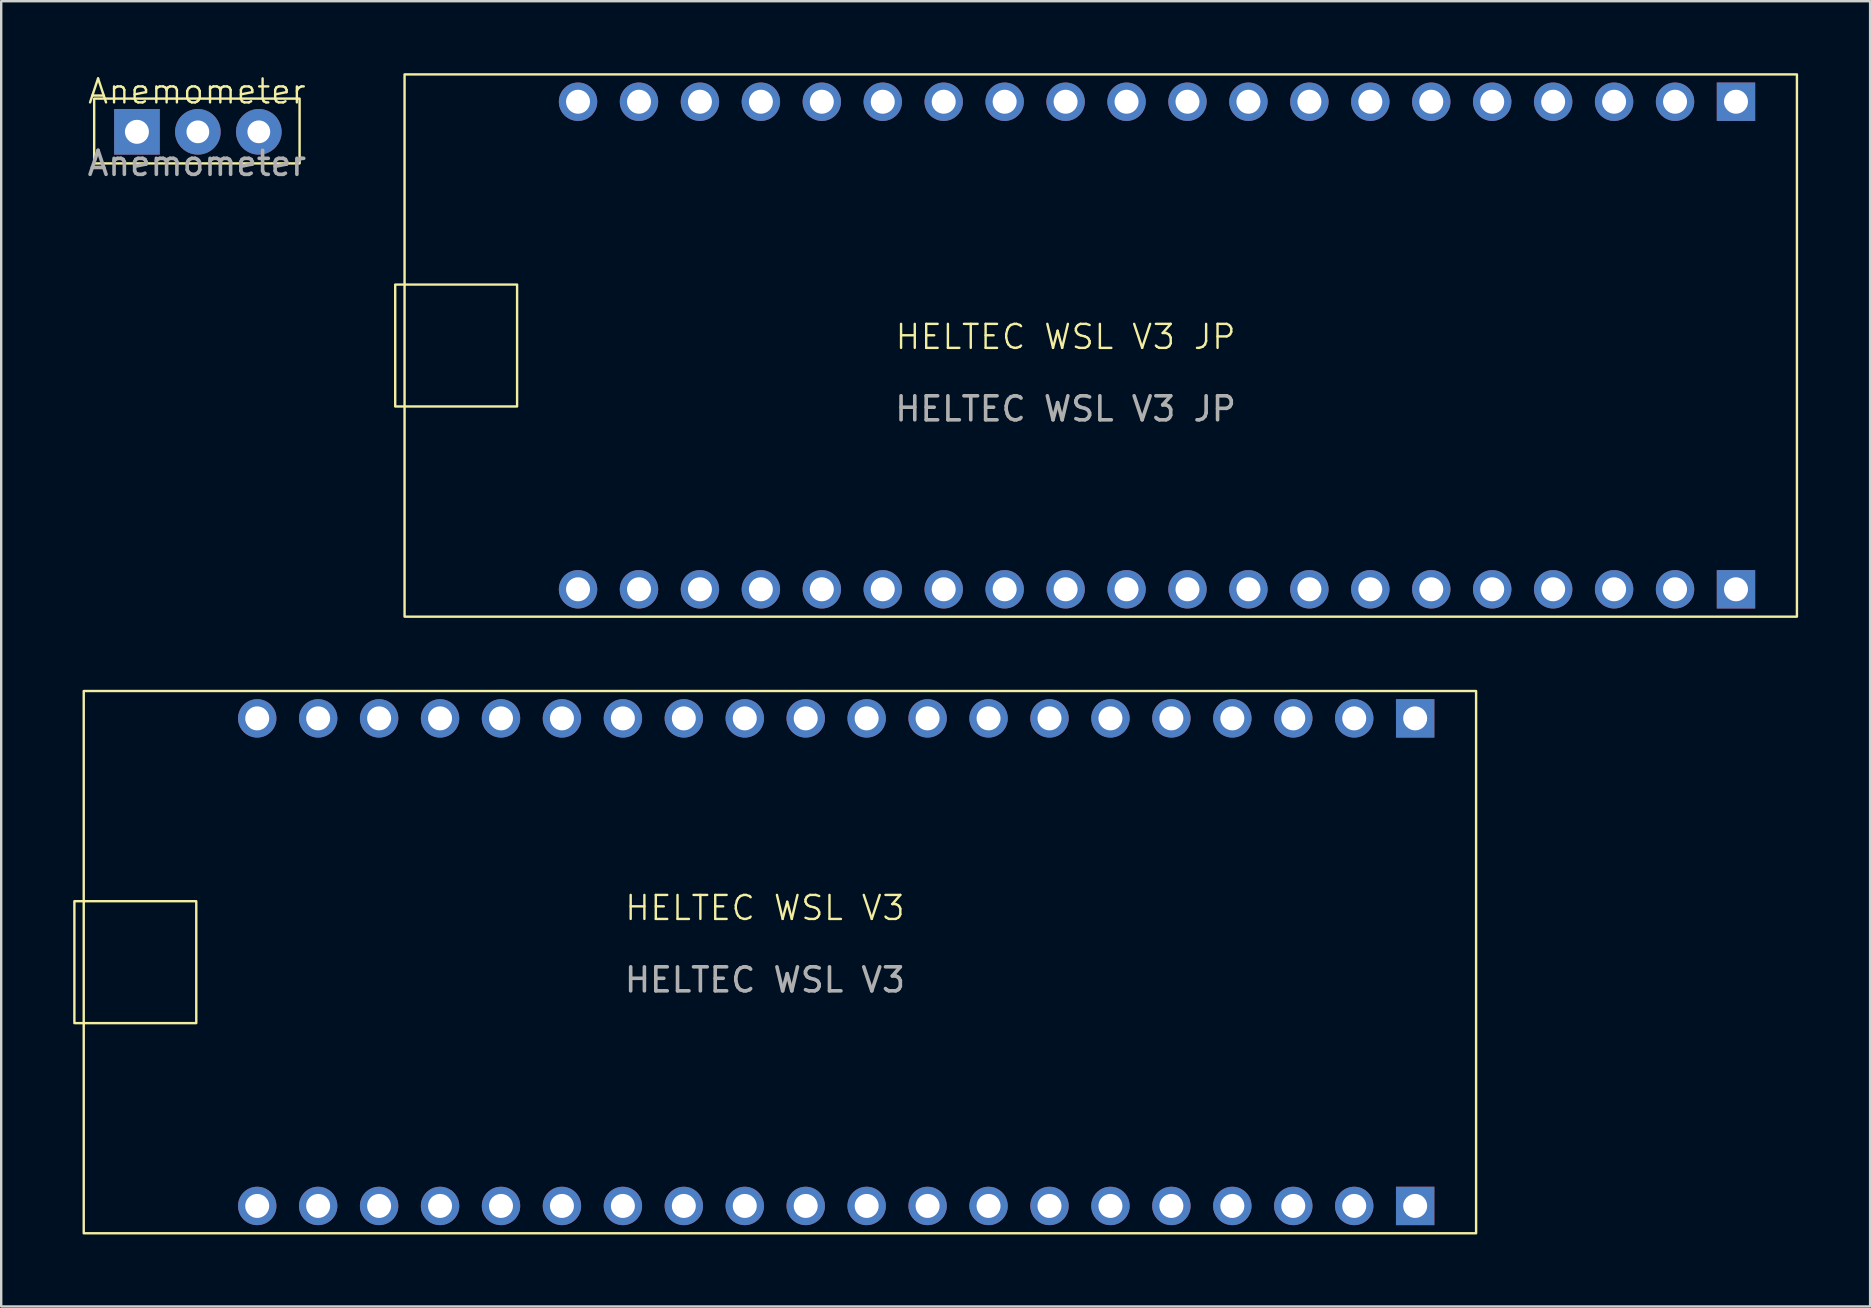
<source format=kicad_pcb>
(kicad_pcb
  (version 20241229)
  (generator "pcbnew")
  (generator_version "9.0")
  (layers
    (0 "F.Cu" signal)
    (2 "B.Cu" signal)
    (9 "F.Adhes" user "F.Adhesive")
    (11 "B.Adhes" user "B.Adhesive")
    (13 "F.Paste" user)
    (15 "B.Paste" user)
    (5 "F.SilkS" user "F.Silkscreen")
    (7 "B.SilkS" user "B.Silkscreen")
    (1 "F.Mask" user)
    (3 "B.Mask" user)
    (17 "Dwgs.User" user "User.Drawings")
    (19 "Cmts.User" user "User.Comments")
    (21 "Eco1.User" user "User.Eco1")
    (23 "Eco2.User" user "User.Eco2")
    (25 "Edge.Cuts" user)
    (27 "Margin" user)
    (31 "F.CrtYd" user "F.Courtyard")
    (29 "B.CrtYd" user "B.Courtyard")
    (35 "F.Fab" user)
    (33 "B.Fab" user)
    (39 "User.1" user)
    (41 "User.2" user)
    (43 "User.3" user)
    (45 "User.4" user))
  (footprint "HELTEC WSL V3"
    (layer "F.Cu")
    (at 27.99 37.05)
    (property "Reference" "HELTEC WSL V3" (at 0.84 -2.26 0) (unlocked yes) (layer "F.SilkS") (effects (font (size 1 1) (thickness 0.1))))
    (attr smd)
    (fp_rect (start -27.94 -2.54) (end -22.86 2.54) (stroke (width 0.1) (type default)) (fill no) (layer "F.SilkS"))
    (fp_rect (start -27.55 -11.3) (end 30.48 11.3) (stroke (width 0.1) (type default)) (fill no) (layer "F.SilkS"))
    (fp_text user "${REFERENCE}" (at 0.84 0.74 0) (unlocked yes) (layer "F.Fab") (effects (font (size 1 1) (thickness 0.15))))
    (pad "1" thru_hole rect (at 27.94 10.16) (size 1.6 1.6) (drill 1) (layers "*.Cu" "*.Mask"))
    (pad "2" thru_hole circle (at 25.4 10.16) (size 1.6 1.6) (drill 1) (layers "*.Cu" "*.Mask"))
    (pad "3" thru_hole circle (at 22.86 10.16) (size 1.6 1.6) (drill 1) (layers "*.Cu" "*.Mask"))
    (pad "4" thru_hole circle (at 20.32 10.16) (size 1.6 1.6) (drill 1) (layers "*.Cu" "*.Mask"))
    (pad "5" thru_hole circle (at 17.78 10.16) (size 1.6 1.6) (drill 1) (layers "*.Cu" "*.Mask"))
    (pad "6" thru_hole circle (at 15.24 10.16) (size 1.6 1.6) (drill 1) (layers "*.Cu" "*.Mask"))
    (pad "7" thru_hole circle (at 12.7 10.16) (size 1.6 1.6) (drill 1) (layers "*.Cu" "*.Mask"))
    (pad "8" thru_hole circle (at 10.16 10.16) (size 1.6 1.6) (drill 1) (layers "*.Cu" "*.Mask"))
    (pad "9" thru_hole circle (at 7.62 10.16) (size 1.6 1.6) (drill 1) (layers "*.Cu" "*.Mask"))
    (pad "10" thru_hole circle (at 5.08 10.16) (size 1.6 1.6) (drill 1) (layers "*.Cu" "*.Mask"))
    (pad "11" thru_hole circle (at 2.54 10.16) (size 1.6 1.6) (drill 1) (layers "*.Cu" "*.Mask"))
    (pad "12" thru_hole circle (at 0 10.16) (size 1.6 1.6) (drill 1) (layers "*.Cu" "*.Mask"))
    (pad "13" thru_hole circle (at -2.54 10.16) (size 1.6 1.6) (drill 1) (layers "*.Cu" "*.Mask"))
    (pad "14" thru_hole circle (at -5.08 10.16) (size 1.6 1.6) (drill 1) (layers "*.Cu" "*.Mask"))
    (pad "15" thru_hole circle (at -7.62 10.16) (size 1.6 1.6) (drill 1) (layers "*.Cu" "*.Mask"))
    (pad "16" thru_hole circle (at -10.16 10.16) (size 1.6 1.6) (drill 1) (layers "*.Cu" "*.Mask"))
    (pad "17" thru_hole circle (at -12.7 10.16) (size 1.6 1.6) (drill 1) (layers "*.Cu" "*.Mask"))
    (pad "18" thru_hole circle (at -15.24 10.16) (size 1.6 1.6) (drill 1) (layers "*.Cu" "*.Mask"))
    (pad "19" thru_hole circle (at -17.78 10.16) (size 1.6 1.6) (drill 1) (layers "*.Cu" "*.Mask"))
    (pad "20" thru_hole circle (at -20.32 10.16) (size 1.6 1.6) (drill 1) (layers "*.Cu" "*.Mask"))
    (pad "21" thru_hole rect (at 27.94 -10.16) (size 1.6 1.6) (drill 1) (layers "*.Cu" "*.Mask"))
    (pad "22" thru_hole circle (at 25.4 -10.16) (size 1.6 1.6) (drill 1) (layers "*.Cu" "*.Mask"))
    (pad "23" thru_hole circle (at 22.86 -10.16) (size 1.6 1.6) (drill 1) (layers "*.Cu" "*.Mask"))
    (pad "24" thru_hole circle (at 20.32 -10.16) (size 1.6 1.6) (drill 1) (layers "*.Cu" "*.Mask"))
    (pad "25" thru_hole circle (at 17.78 -10.16) (size 1.6 1.6) (drill 1) (layers "*.Cu" "*.Mask"))
    (pad "26" thru_hole circle (at 15.24 -10.16) (size 1.6 1.6) (drill 1) (layers "*.Cu" "*.Mask"))
    (pad "27" thru_hole circle (at 12.7 -10.16) (size 1.6 1.6) (drill 1) (layers "*.Cu" "*.Mask"))
    (pad "28" thru_hole circle (at 10.16 -10.16) (size 1.6 1.6) (drill 1) (layers "*.Cu" "*.Mask"))
    (pad "29" thru_hole circle (at 7.62 -10.16) (size 1.6 1.6) (drill 1) (layers "*.Cu" "*.Mask"))
    (pad "30" thru_hole circle (at 5.08 -10.16) (size 1.6 1.6) (drill 1) (layers "*.Cu" "*.Mask"))
    (pad "31" thru_hole circle (at 2.54 -10.16) (size 1.6 1.6) (drill 1) (layers "*.Cu" "*.Mask"))
    (pad "32" thru_hole circle (at 0 -10.16) (size 1.6 1.6) (drill 1) (layers "*.Cu" "*.Mask"))
    (pad "33" thru_hole circle (at -2.54 -10.16) (size 1.6 1.6) (drill 1) (layers "*.Cu" "*.Mask"))
    (pad "34" thru_hole circle (at -5.08 -10.16) (size 1.6 1.6) (drill 1) (layers "*.Cu" "*.Mask"))
    (pad "35" thru_hole circle (at -7.62 -10.16) (size 1.6 1.6) (drill 1) (layers "*.Cu" "*.Mask"))
    (pad "36" thru_hole circle (at -10.16 -10.16) (size 1.6 1.6) (drill 1) (layers "*.Cu" "*.Mask"))
    (pad "37" thru_hole circle (at -12.7 -10.16) (size 1.6 1.6) (drill 1) (layers "*.Cu" "*.Mask"))
    (pad "38" thru_hole circle (at -15.24 -10.16) (size 1.6 1.6) (drill 1) (layers "*.Cu" "*.Mask"))
    (pad "39" thru_hole circle (at -17.78 -10.16) (size 1.6 1.6) (drill 1) (layers "*.Cu" "*.Mask"))
    (pad "40" thru_hole circle (at -20.32 -10.16) (size 1.6 1.6) (drill 1) (layers "*.Cu" "*.Mask"))
    (zone (net_name "") (layer "F.SilkS") (hatch edge 0.5) (connect_pads) (min_thickness 0.25) (filled_areas_thickness no) (keepout (tracks allowed) (vias allowed) (pads not_allowed) (copperpour allowed) (footprints not_allowed)) (placement (enabled no)) (fill) (polygon (pts (xy 0.44 25.75) (xy 58.47 25.75) (xy 58.47 48.35) (xy 0.44 48.35)))))
  (footprint "Anemometer"
    (layer "F.Cu")
    (at 6.454 2.489)
    (property "Reference" "Anemometer" (at -1.298 -1.729 0) (unlocked yes) (layer "F.SilkS") (effects (font (size 1 1) (thickness 0.1))))
    (attr smd)
    (fp_rect (start -5.579 -1.429) (end 2.982 1.271) (stroke (width 0.1) (type default)) (fill no) (layer "F.SilkS"))
    (fp_text user "${REFERENCE}" (at -1.298 1.271 0) (unlocked yes) (layer "F.Fab") (effects (font (size 1 1) (thickness 0.15))))
    (pad "1" thru_hole rect (at -3.797 -0.045) (size 1.9 1.9) (drill 1) (layers "*.Cu" "*.Mask"))
    (pad "2" thru_hole circle (at -1.257 -0.045) (size 1.9 1.9) (drill 0.95) (layers "*.Cu" "*.Mask"))
    (pad "3" thru_hole circle (at 1.283 -0.045) (size 1.9 1.9) (drill 0.95) (layers "*.Cu" "*.Mask"))
    (zone (net_name "") (layer "F.CrtYd") (hatch edge 0.5) (connect_pads) (min_thickness 0.25) (filled_areas_thickness no) (keepout (tracks not_allowed) (vias not_allowed) (pads not_allowed) (copperpour allowed) (footprints not_allowed)) (placement (enabled no)) (fill) (polygon (pts (xy 0.05 0.31) (xy 10.371 0.312) (xy 10.321 4.437) (xy 0 4.436)))))
  (footprint "HELTEC WSL V3 JP"
    (layer "F.Cu")
    (at 41.361 12.49)
    (property "Reference" "HELTEC WSL V3 JP" (at 0 -1.5 0) (unlocked yes) (layer "F.SilkS") (effects (font (size 1 1) (thickness 0.1))))
    (attr smd)
    (fp_rect (start -27.94 -3.68) (end -22.86 1.4) (stroke (width 0.1) (type default)) (fill no) (layer "F.SilkS"))
    (fp_rect (start -27.55 -12.44) (end 30.48 10.16) (stroke (width 0.1) (type default)) (fill no) (layer "F.SilkS"))
    (fp_text user "${REFERENCE}" (at 0 1.5 0) (unlocked yes) (layer "F.Fab") (effects (font (size 1 1) (thickness 0.15))))
    (pad "1" thru_hole rect (at 27.94 9.02) (size 1.6 1.6) (drill 1) (layers "*.Cu" "*.Mask"))
    (pad "2" thru_hole circle (at 25.4 9.02) (size 1.6 1.6) (drill 1) (layers "*.Cu" "*.Mask"))
    (pad "3" thru_hole circle (at 22.86 9.02) (size 1.6 1.6) (drill 1) (layers "*.Cu" "*.Mask"))
    (pad "4" thru_hole circle (at 20.32 9.02) (size 1.6 1.6) (drill 1) (layers "*.Cu" "*.Mask"))
    (pad "5" thru_hole circle (at 17.78 9.02) (size 1.6 1.6) (drill 1) (layers "*.Cu" "*.Mask"))
    (pad "6" thru_hole circle (at 15.24 9.02) (size 1.6 1.6) (drill 1) (layers "*.Cu" "*.Mask"))
    (pad "7" thru_hole circle (at 12.7 9.02) (size 1.6 1.6) (drill 1) (layers "*.Cu" "*.Mask"))
    (pad "8" thru_hole circle (at 10.16 9.02) (size 1.6 1.6) (drill 1) (layers "*.Cu" "*.Mask"))
    (pad "9" thru_hole circle (at 7.62 9.02) (size 1.6 1.6) (drill 1) (layers "*.Cu" "*.Mask"))
    (pad "10" thru_hole circle (at 5.08 9.02) (size 1.6 1.6) (drill 1) (layers "*.Cu" "*.Mask"))
    (pad "11" thru_hole circle (at 2.54 9.02) (size 1.6 1.6) (drill 1) (layers "*.Cu" "*.Mask"))
    (pad "12" thru_hole circle (at 0 9.02) (size 1.6 1.6) (drill 1) (layers "*.Cu" "*.Mask"))
    (pad "13" thru_hole circle (at -2.54 9.02) (size 1.6 1.6) (drill 1) (layers "*.Cu" "*.Mask"))
    (pad "14" thru_hole circle (at -5.08 9.02) (size 1.6 1.6) (drill 1) (layers "*.Cu" "*.Mask"))
    (pad "15" thru_hole circle (at -7.62 9.02) (size 1.6 1.6) (drill 1) (layers "*.Cu" "*.Mask"))
    (pad "16" thru_hole circle (at -10.16 9.02) (size 1.6 1.6) (drill 1) (layers "*.Cu" "*.Mask"))
    (pad "17" thru_hole circle (at -12.7 9.02) (size 1.6 1.6) (drill 1) (layers "*.Cu" "*.Mask"))
    (pad "18" thru_hole circle (at -15.24 9.02) (size 1.6 1.6) (drill 1) (layers "*.Cu" "*.Mask"))
    (pad "19" thru_hole circle (at -17.78 9.02) (size 1.6 1.6) (drill 1) (layers "*.Cu" "*.Mask"))
    (pad "20" thru_hole circle (at -20.32 9.02) (size 1.6 1.6) (drill 1) (layers "*.Cu" "*.Mask"))
    (pad "21" thru_hole rect (at 27.94 -11.3) (size 1.6 1.6) (drill 1) (layers "*.Cu" "*.Mask"))
    (pad "22" thru_hole circle (at 25.4 -11.3) (size 1.6 1.6) (drill 1) (layers "*.Cu" "*.Mask"))
    (pad "23" thru_hole circle (at 22.86 -11.3) (size 1.6 1.6) (drill 1) (layers "*.Cu" "*.Mask"))
    (pad "24" thru_hole circle (at 20.32 -11.3) (size 1.6 1.6) (drill 1) (layers "*.Cu" "*.Mask"))
    (pad "25" thru_hole circle (at 17.78 -11.3) (size 1.6 1.6) (drill 1) (layers "*.Cu" "*.Mask"))
    (pad "26" thru_hole circle (at 15.24 -11.3) (size 1.6 1.6) (drill 1) (layers "*.Cu" "*.Mask"))
    (pad "27" thru_hole circle (at 12.7 -11.3) (size 1.6 1.6) (drill 1) (layers "*.Cu" "*.Mask"))
    (pad "28" thru_hole circle (at 10.16 -11.3) (size 1.6 1.6) (drill 1) (layers "*.Cu" "*.Mask"))
    (pad "29" thru_hole circle (at 7.62 -11.3) (size 1.6 1.6) (drill 1) (layers "*.Cu" "*.Mask"))
    (pad "30" thru_hole circle (at 5.08 -11.3) (size 1.6 1.6) (drill 1) (layers "*.Cu" "*.Mask"))
    (pad "31" thru_hole circle (at 2.54 -11.3) (size 1.6 1.6) (drill 1) (layers "*.Cu" "*.Mask"))
    (pad "32" thru_hole circle (at 0 -11.3) (size 1.6 1.6) (drill 1) (layers "*.Cu" "*.Mask"))
    (pad "33" thru_hole circle (at -2.54 -11.3) (size 1.6 1.6) (drill 1) (layers "*.Cu" "*.Mask"))
    (pad "34" thru_hole circle (at -5.08 -11.3) (size 1.6 1.6) (drill 1) (layers "*.Cu" "*.Mask"))
    (pad "35" thru_hole circle (at -7.62 -11.3) (size 1.6 1.6) (drill 1) (layers "*.Cu" "*.Mask"))
    (pad "36" thru_hole circle (at -10.16 -11.3) (size 1.6 1.6) (drill 1) (layers "*.Cu" "*.Mask"))
    (pad "37" thru_hole circle (at -12.7 -11.3) (size 1.6 1.6) (drill 1) (layers "*.Cu" "*.Mask"))
    (pad "38" thru_hole circle (at -15.24 -11.3) (size 1.6 1.6) (drill 1) (layers "*.Cu" "*.Mask"))
    (pad "39" thru_hole circle (at -17.78 -11.3) (size 1.6 1.6) (drill 1) (layers "*.Cu" "*.Mask"))
    (pad "40" thru_hole circle (at -20.32 -11.3) (size 1.6 1.6) (drill 1) (layers "*.Cu" "*.Mask"))
    (zone (net_name "") (layer "F.CrtYd") (hatch edge 0.5) (connect_pads) (min_thickness 0.25) (filled_areas_thickness no) (keepout (tracks allowed) (vias allowed) (pads not_allowed) (copperpour allowed) (footprints not_allowed)) (placement (enabled no)) (fill) (polygon (pts (xy 13.811 0.05) (xy 71.841 0.05) (xy 71.841 22.65) (xy 13.811 22.65)))))
  (gr_rect
    (start -3 -3)
    (end 74.891 51.4)
    (stroke (width 0.1) (type default))
    (fill no)
    (layer "Edge.Cuts")))
</source>
